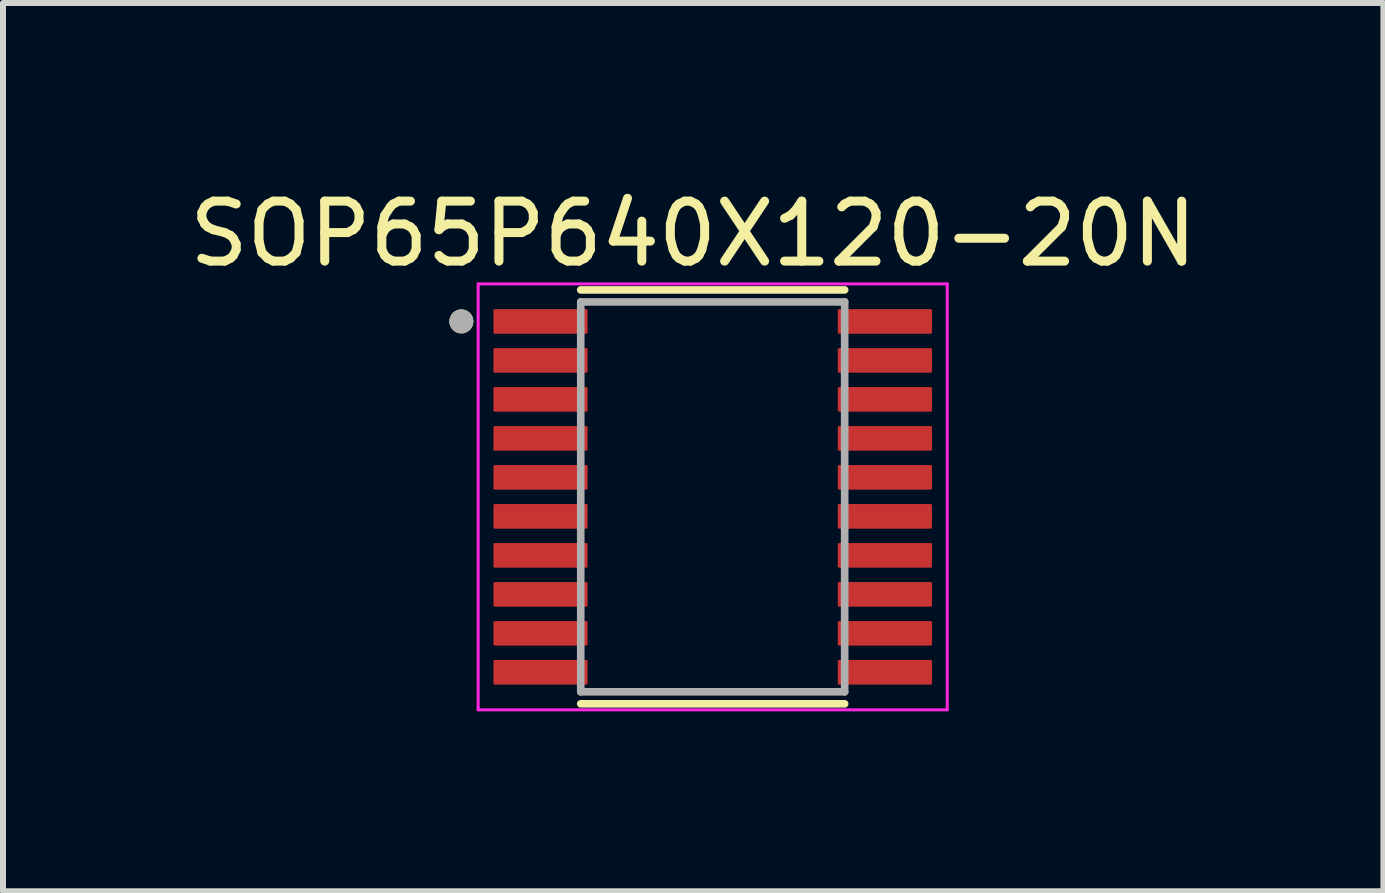
<source format=kicad_pcb>
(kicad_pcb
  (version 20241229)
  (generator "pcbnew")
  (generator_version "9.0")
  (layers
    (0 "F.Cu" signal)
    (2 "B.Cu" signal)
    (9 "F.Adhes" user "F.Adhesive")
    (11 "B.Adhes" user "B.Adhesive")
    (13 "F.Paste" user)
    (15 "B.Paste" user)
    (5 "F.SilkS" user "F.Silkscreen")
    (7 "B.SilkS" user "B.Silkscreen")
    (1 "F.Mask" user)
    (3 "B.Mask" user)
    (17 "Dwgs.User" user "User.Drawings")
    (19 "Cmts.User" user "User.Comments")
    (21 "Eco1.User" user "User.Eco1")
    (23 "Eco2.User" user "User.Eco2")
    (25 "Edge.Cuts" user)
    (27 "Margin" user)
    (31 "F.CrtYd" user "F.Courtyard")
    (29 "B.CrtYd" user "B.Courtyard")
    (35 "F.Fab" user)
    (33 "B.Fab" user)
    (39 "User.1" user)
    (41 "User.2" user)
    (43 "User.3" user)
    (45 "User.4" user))
  (footprint "SOP65P640X120-20N"
    (layer "F.Cu")
    (at 8.831 5.233)
    (property "Reference" "SOP65P640X120-20N" (at -0.325 -4.385 0) (layer "F.SilkS") (effects (font (size 1 1) (thickness 0.15))))
    (attr through_hole)
    (fp_line (start -2.2 -3.45) (end 2.2 -3.45) (stroke (width 0.127) (type solid)) (layer "F.SilkS"))
    (fp_line (start -2.2 3.45) (end 2.2 3.45) (stroke (width 0.127) (type solid)) (layer "F.SilkS"))
    (fp_circle (center -4.19 -2.925) (end -4.09 -2.925) (stroke (width 0.2) (type solid)) (fill no) (layer "F.SilkS"))
    (fp_line (start -3.91 -3.55) (end -3.91 3.55) (stroke (width 0.05) (type solid)) (layer "F.CrtYd"))
    (fp_line (start -3.91 -3.55) (end 3.91 -3.55) (stroke (width 0.05) (type solid)) (layer "F.CrtYd"))
    (fp_line (start -3.91 3.55) (end 3.91 3.55) (stroke (width 0.05) (type solid)) (layer "F.CrtYd"))
    (fp_line (start 3.91 -3.55) (end 3.91 3.55) (stroke (width 0.05) (type solid)) (layer "F.CrtYd"))
    (fp_line (start -2.2 -3.25) (end -2.2 3.25) (stroke (width 0.127) (type solid)) (layer "F.Fab"))
    (fp_line (start -2.2 -3.25) (end 2.2 -3.25) (stroke (width 0.127) (type solid)) (layer "F.Fab"))
    (fp_line (start -2.2 3.25) (end 2.2 3.25) (stroke (width 0.127) (type solid)) (layer "F.Fab"))
    (fp_line (start 2.2 -3.25) (end 2.2 3.25) (stroke (width 0.127) (type solid)) (layer "F.Fab"))
    (fp_circle (center -4.19 -2.925) (end -4.09 -2.925) (stroke (width 0.2) (type solid)) (fill no) (layer "F.Fab"))
    (pad "1" smd roundrect (at -2.87 -2.925) (size 1.57 0.41) (layers "F.Cu" "F.Mask" "F.Paste") (roundrect_rratio 0.05))
    (pad "2" smd roundrect (at -2.87 -2.275) (size 1.57 0.41) (layers "F.Cu" "F.Mask" "F.Paste") (roundrect_rratio 0.05))
    (pad "3" smd roundrect (at -2.87 -1.625) (size 1.57 0.41) (layers "F.Cu" "F.Mask" "F.Paste") (roundrect_rratio 0.05))
    (pad "4" smd roundrect (at -2.87 -0.975) (size 1.57 0.41) (layers "F.Cu" "F.Mask" "F.Paste") (roundrect_rratio 0.05))
    (pad "5" smd roundrect (at -2.87 -0.325) (size 1.57 0.41) (layers "F.Cu" "F.Mask" "F.Paste") (roundrect_rratio 0.05))
    (pad "6" smd roundrect (at -2.87 0.325) (size 1.57 0.41) (layers "F.Cu" "F.Mask" "F.Paste") (roundrect_rratio 0.05))
    (pad "7" smd roundrect (at -2.87 0.975) (size 1.57 0.41) (layers "F.Cu" "F.Mask" "F.Paste") (roundrect_rratio 0.05))
    (pad "8" smd roundrect (at -2.87 1.625) (size 1.57 0.41) (layers "F.Cu" "F.Mask" "F.Paste") (roundrect_rratio 0.05))
    (pad "9" smd roundrect (at -2.87 2.275) (size 1.57 0.41) (layers "F.Cu" "F.Mask" "F.Paste") (roundrect_rratio 0.05))
    (pad "10" smd roundrect (at -2.87 2.925) (size 1.57 0.41) (layers "F.Cu" "F.Mask" "F.Paste") (roundrect_rratio 0.05))
    (pad "11" smd roundrect (at 2.87 2.925) (size 1.57 0.41) (layers "F.Cu" "F.Mask" "F.Paste") (roundrect_rratio 0.05))
    (pad "12" smd roundrect (at 2.87 2.275) (size 1.57 0.41) (layers "F.Cu" "F.Mask" "F.Paste") (roundrect_rratio 0.05))
    (pad "13" smd roundrect (at 2.87 1.625) (size 1.57 0.41) (layers "F.Cu" "F.Mask" "F.Paste") (roundrect_rratio 0.05))
    (pad "14" smd roundrect (at 2.87 0.975) (size 1.57 0.41) (layers "F.Cu" "F.Mask" "F.Paste") (roundrect_rratio 0.05))
    (pad "15" smd roundrect (at 2.87 0.325) (size 1.57 0.41) (layers "F.Cu" "F.Mask" "F.Paste") (roundrect_rratio 0.05))
    (pad "16" smd roundrect (at 2.87 -0.325) (size 1.57 0.41) (layers "F.Cu" "F.Mask" "F.Paste") (roundrect_rratio 0.05))
    (pad "17" smd roundrect (at 2.87 -0.975) (size 1.57 0.41) (layers "F.Cu" "F.Mask" "F.Paste") (roundrect_rratio 0.05))
    (pad "18" smd roundrect (at 2.87 -1.625) (size 1.57 0.41) (layers "F.Cu" "F.Mask" "F.Paste") (roundrect_rratio 0.05))
    (pad "19" smd roundrect (at 2.87 -2.275) (size 1.57 0.41) (layers "F.Cu" "F.Mask" "F.Paste") (roundrect_rratio 0.05))
    (pad "20" smd roundrect (at 2.87 -2.925) (size 1.57 0.41) (layers "F.Cu" "F.Mask" "F.Paste") (roundrect_rratio 0.05)))
  (gr_rect
    (start -3 -3)
    (end 20.012 11.808)
    (stroke (width 0.1) (type default))
    (fill no)
    (layer "Edge.Cuts")))
</source>
